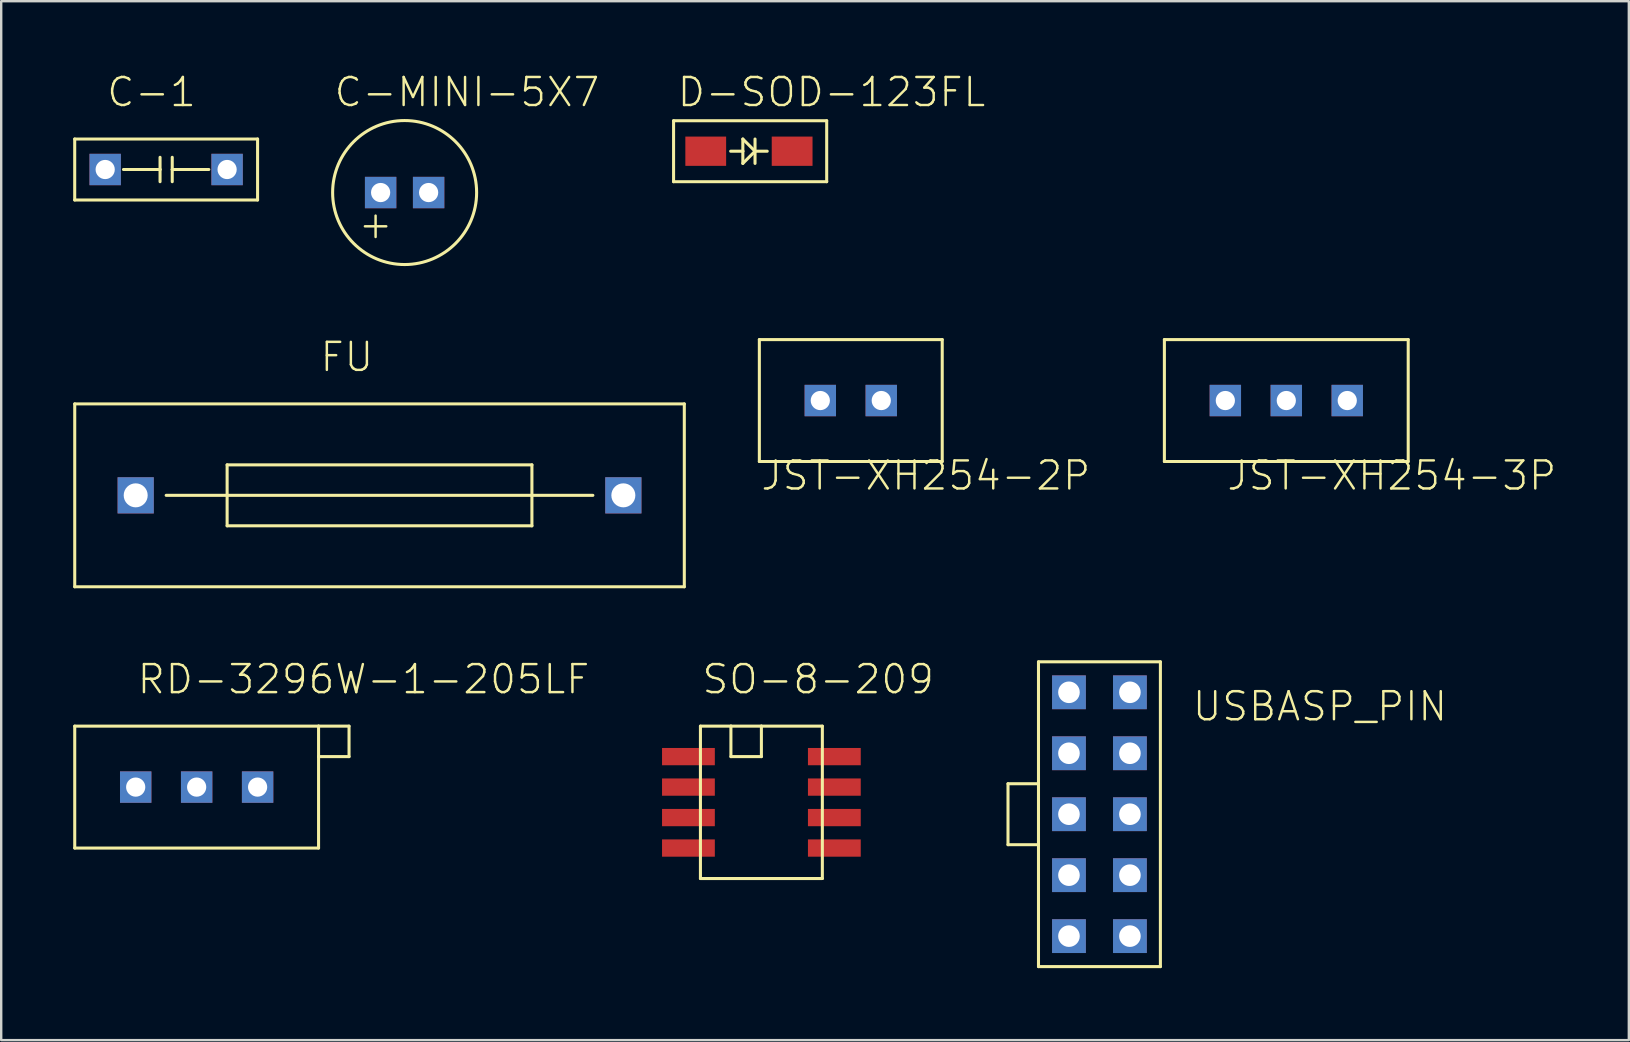
<source format=kicad_pcb>
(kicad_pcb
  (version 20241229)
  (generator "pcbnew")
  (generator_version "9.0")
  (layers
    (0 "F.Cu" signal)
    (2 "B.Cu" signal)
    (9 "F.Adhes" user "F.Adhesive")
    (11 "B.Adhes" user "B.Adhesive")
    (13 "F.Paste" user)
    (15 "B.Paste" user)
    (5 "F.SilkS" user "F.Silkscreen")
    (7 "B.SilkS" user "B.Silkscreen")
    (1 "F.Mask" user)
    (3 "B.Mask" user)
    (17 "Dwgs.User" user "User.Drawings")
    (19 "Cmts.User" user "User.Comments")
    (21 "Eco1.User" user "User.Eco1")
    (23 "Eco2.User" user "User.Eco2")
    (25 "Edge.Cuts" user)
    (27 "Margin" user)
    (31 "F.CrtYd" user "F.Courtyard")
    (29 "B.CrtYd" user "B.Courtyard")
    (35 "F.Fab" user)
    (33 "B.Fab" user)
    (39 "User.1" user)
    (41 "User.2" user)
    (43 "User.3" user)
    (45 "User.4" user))
  (footprint "D-SOD-123FL"
    (layer "F.Cu")
    (at 28.157 3.251)
    (property "Reference" "D-SOD-123FL" (at -3.048 -1.778 0) (layer "F.SilkS") (effects (font (size 1.168 1.168) (thickness 0.102)) (justify left bottom)))
    (fp_line (start -3.14 -1.27) (end 3.24 -1.27) (stroke (width 0.127) (type solid)) (layer "F.SilkS"))
    (fp_line (start -3.14 1.27) (end -3.14 -1.27) (stroke (width 0.127) (type solid)) (layer "F.SilkS"))
    (fp_line (start -0.762 0) (end -0.254 0) (stroke (width 0.127) (type solid)) (layer "F.SilkS"))
    (fp_line (start -0.254 -0.508) (end -0.254 0) (stroke (width 0.127) (type solid)) (layer "F.SilkS"))
    (fp_line (start -0.254 0) (end -0.254 0.508) (stroke (width 0.127) (type solid)) (layer "F.SilkS"))
    (fp_line (start -0.254 0.508) (end 0.254 0) (stroke (width 0.127) (type solid)) (layer "F.SilkS"))
    (fp_line (start 0.254 -0.508) (end 0.254 0) (stroke (width 0.127) (type solid)) (layer "F.SilkS"))
    (fp_line (start 0.254 0) (end -0.254 -0.508) (stroke (width 0.127) (type solid)) (layer "F.SilkS"))
    (fp_line (start 0.254 0) (end 0.254 0.508) (stroke (width 0.127) (type solid)) (layer "F.SilkS"))
    (fp_line (start 0.254 0) (end 0.762 0) (stroke (width 0.127) (type solid)) (layer "F.SilkS"))
    (fp_line (start 3.24 -1.27) (end 3.24 1.27) (stroke (width 0.127) (type solid)) (layer "F.SilkS"))
    (fp_line (start 3.24 1.27) (end -3.14 1.27) (stroke (width 0.127) (type solid)) (layer "F.SilkS"))
    (pad "ANODE" smd rect (at -1.8 0) (size 1.7 1.22) (layers "F.Cu" "F.Mask" "F.Paste"))
    (pad "CATHODE" smd rect (at 1.8 0) (size 1.7 1.22) (layers "F.Cu" "F.Mask" "F.Paste")))
  (footprint "SO-8-209"
    (layer "F.Cu")
    (at 28.676 31.017)
    (property "Reference" "SO-8-209" (at -2.54 -5.08 0) (layer "F.SilkS") (effects (font (size 1.168 1.168) (thickness 0.102)) (justify left bottom)))
    (fp_line (start -2.54 -3.81) (end -2.54 2.54) (stroke (width 0.127) (type solid)) (layer "F.SilkS"))
    (fp_line (start -2.54 2.54) (end 2.54 2.54) (stroke (width 0.127) (type solid)) (layer "F.SilkS"))
    (fp_line (start -1.27 -3.81) (end -2.54 -3.81) (stroke (width 0.127) (type solid)) (layer "F.SilkS"))
    (fp_line (start -1.27 -3.81) (end -1.27 -2.54) (stroke (width 0.127) (type solid)) (layer "F.SilkS"))
    (fp_line (start -1.27 -2.54) (end 0 -2.54) (stroke (width 0.127) (type solid)) (layer "F.SilkS"))
    (fp_line (start 0 -3.81) (end -1.27 -3.81) (stroke (width 0.127) (type solid)) (layer "F.SilkS"))
    (fp_line (start 0 -2.54) (end 0 -3.81) (stroke (width 0.127) (type solid)) (layer "F.SilkS"))
    (fp_line (start 2.54 -3.81) (end 0 -3.81) (stroke (width 0.127) (type solid)) (layer "F.SilkS"))
    (fp_line (start 2.54 2.54) (end 2.54 -3.81) (stroke (width 0.127) (type solid)) (layer "F.SilkS"))
    (pad "P1" smd rect (at -3.04 -2.54) (size 2.2 0.72) (layers "F.Cu" "F.Mask" "F.Paste"))
    (pad "P2" smd rect (at -3.04 -1.27) (size 2.2 0.72) (layers "F.Cu" "F.Mask" "F.Paste"))
    (pad "P3" smd rect (at -3.04 0) (size 2.2 0.72) (layers "F.Cu" "F.Mask" "F.Paste"))
    (pad "P4" smd rect (at -3.04 1.27) (size 2.2 0.72) (layers "F.Cu" "F.Mask" "F.Paste"))
    (pad "P5" smd rect (at 3.04 1.27) (size 2.2 0.72) (layers "F.Cu" "F.Mask" "F.Paste"))
    (pad "P6" smd rect (at 3.04 0) (size 2.2 0.72) (layers "F.Cu" "F.Mask" "F.Paste"))
    (pad "P7" smd rect (at 3.04 -1.27) (size 2.2 0.72) (layers "F.Cu" "F.Mask" "F.Paste"))
    (pad "P8" smd rect (at 3.04 -2.54) (size 2.2 0.72) (layers "F.Cu" "F.Mask" "F.Paste")))
  (footprint "JST-XH254-2P"
    (layer "F.Cu")
    (at 32.401 13.64)
    (property "Reference" "JST-XH254-2P" (at -3.81 3.81 0) (layer "F.SilkS") (effects (font (size 1.168 1.168) (thickness 0.102)) (justify left bottom)))
    (fp_line (start -3.81 -2.54) (end -3.81 2.54) (stroke (width 0.127) (type solid)) (layer "F.SilkS"))
    (fp_line (start -3.81 2.54) (end 3.81 2.54) (stroke (width 0.127) (type solid)) (layer "F.SilkS"))
    (fp_line (start 3.81 -2.54) (end -3.81 -2.54) (stroke (width 0.127) (type solid)) (layer "F.SilkS"))
    (fp_line (start 3.81 2.54) (end 3.81 -2.54) (stroke (width 0.127) (type solid)) (layer "F.SilkS"))
    (pad "PIN1" thru_hole rect (at -1.27 0) (size 1.308 1.308) (drill 0.8) (layers "*.Cu" "*.Mask"))
    (pad "PIN2" thru_hole rect (at 1.27 0) (size 1.308 1.308) (drill 0.8) (layers "*.Cu" "*.Mask")))
  (footprint "USBASP_PIN"
    (layer "F.Cu")
    (at 42.762 30.877)
    (property "Reference" "USBASP_PIN" (at 3.81 -3.81 0) (layer "F.SilkS") (effects (font (size 1.168 1.168) (thickness 0.102)) (justify left bottom)))
    (fp_line (start -3.81 -1.27) (end -3.81 1.27) (stroke (width 0.127) (type solid)) (layer "F.SilkS"))
    (fp_line (start -3.81 1.27) (end -2.54 1.27) (stroke (width 0.127) (type solid)) (layer "F.SilkS"))
    (fp_line (start -2.54 -6.35) (end -2.54 -1.27) (stroke (width 0.127) (type solid)) (layer "F.SilkS"))
    (fp_line (start -2.54 -1.27) (end -3.81 -1.27) (stroke (width 0.127) (type solid)) (layer "F.SilkS"))
    (fp_line (start -2.54 -1.27) (end -2.54 1.27) (stroke (width 0.127) (type solid)) (layer "F.SilkS"))
    (fp_line (start -2.54 1.27) (end -2.54 6.35) (stroke (width 0.127) (type solid)) (layer "F.SilkS"))
    (fp_line (start -2.54 6.35) (end 2.54 6.35) (stroke (width 0.127) (type solid)) (layer "F.SilkS"))
    (fp_line (start 2.54 -6.35) (end -2.54 -6.35) (stroke (width 0.127) (type solid)) (layer "F.SilkS"))
    (fp_line (start 2.54 6.35) (end 2.54 -6.35) (stroke (width 0.127) (type solid)) (layer "F.SilkS"))
    (pad "GND" thru_hole rect (at 1.27 2.54) (size 1.408 1.408) (drill 0.9) (layers "*.Cu" "*.Mask"))
    (pad "GND1" thru_hole rect (at 1.27 5.08) (size 1.408 1.408) (drill 0.9) (layers "*.Cu" "*.Mask"))
    (pad "MISO" thru_hole rect (at -1.27 5.08) (size 1.408 1.408) (drill 0.9) (layers "*.Cu" "*.Mask"))
    (pad "MOSI" thru_hole rect (at -1.27 -5.08) (size 1.408 1.408) (drill 0.9) (layers "*.Cu" "*.Mask"))
    (pad "NC1" thru_hole rect (at -1.27 -2.54) (size 1.408 1.408) (drill 0.9) (layers "*.Cu" "*.Mask"))
    (pad "RST" thru_hole rect (at -1.27 0) (size 1.408 1.408) (drill 0.9) (layers "*.Cu" "*.Mask"))
    (pad "RXD" thru_hole rect (at 1.27 0) (size 1.408 1.408) (drill 0.9) (layers "*.Cu" "*.Mask"))
    (pad "SCK" thru_hole rect (at -1.27 2.54) (size 1.408 1.408) (drill 0.9) (layers "*.Cu" "*.Mask"))
    (pad "TXD" thru_hole rect (at 1.27 -2.54) (size 1.408 1.408) (drill 0.9) (layers "*.Cu" "*.Mask"))
    (pad "VCC" thru_hole rect (at 1.27 -5.08) (size 1.408 1.408) (drill 0.9) (layers "*.Cu" "*.Mask")))
  (footprint "FU"
    (layer "F.Cu")
    (at 12.764 17.59)
    (property "Reference" "FU" (at -2.54 -5.08 0) (layer "F.SilkS") (effects (font (size 1.168 1.168) (thickness 0.102)) (justify left bottom)))
    (fp_line (start -12.7 -3.81) (end -12.7 3.81) (stroke (width 0.127) (type solid)) (layer "F.SilkS"))
    (fp_line (start -12.7 3.81) (end 12.7 3.81) (stroke (width 0.127) (type solid)) (layer "F.SilkS"))
    (fp_line (start -8.89 0) (end 8.89 0) (stroke (width 0.127) (type solid)) (layer "F.SilkS"))
    (fp_line (start -6.35 -1.27) (end -6.35 1.27) (stroke (width 0.127) (type solid)) (layer "F.SilkS"))
    (fp_line (start -6.35 1.27) (end 6.35 1.27) (stroke (width 0.127) (type solid)) (layer "F.SilkS"))
    (fp_line (start 6.35 -1.27) (end -6.35 -1.27) (stroke (width 0.127) (type solid)) (layer "F.SilkS"))
    (fp_line (start 6.35 1.27) (end 6.35 -1.27) (stroke (width 0.127) (type solid)) (layer "F.SilkS"))
    (fp_line (start 12.7 -3.81) (end -12.7 -3.81) (stroke (width 0.127) (type solid)) (layer "F.SilkS"))
    (fp_line (start 12.7 3.81) (end 12.7 -3.81) (stroke (width 0.127) (type solid)) (layer "F.SilkS"))
    (pad "P$1" thru_hole rect (at -10.16 0) (size 1.508 1.508) (drill 1) (layers "*.Cu" "*.Mask"))
    (pad "P$2" thru_hole rect (at 10.16 0) (size 1.508 1.508) (drill 1) (layers "*.Cu" "*.Mask")))
  (footprint "C-1"
    (layer "F.Cu")
    (at 3.873 4.013)
    (property "Reference" "C-1" (at -2.54 -2.54 0) (layer "F.SilkS") (effects (font (size 1.168 1.168) (thickness 0.102)) (justify left bottom)))
    (fp_line (start -3.81 -1.27) (end -3.81 1.27) (stroke (width 0.127) (type solid)) (layer "F.SilkS"))
    (fp_line (start -3.81 1.27) (end 3.81 1.27) (stroke (width 0.127) (type solid)) (layer "F.SilkS"))
    (fp_line (start -1.778 0) (end -0.254 0) (stroke (width 0.127) (type solid)) (layer "F.SilkS"))
    (fp_line (start -0.254 0) (end -0.254 -0.508) (stroke (width 0.127) (type solid)) (layer "F.SilkS"))
    (fp_line (start -0.254 0) (end -0.254 0.508) (stroke (width 0.127) (type solid)) (layer "F.SilkS"))
    (fp_line (start 0.254 -0.508) (end 0.254 0) (stroke (width 0.127) (type solid)) (layer "F.SilkS"))
    (fp_line (start 0.254 0) (end 0.254 0.508) (stroke (width 0.127) (type solid)) (layer "F.SilkS"))
    (fp_line (start 0.254 0) (end 1.778 0) (stroke (width 0.127) (type solid)) (layer "F.SilkS"))
    (fp_line (start 3.81 -1.27) (end -3.81 -1.27) (stroke (width 0.127) (type solid)) (layer "F.SilkS"))
    (fp_line (start 3.81 1.27) (end 3.81 -1.27) (stroke (width 0.127) (type solid)) (layer "F.SilkS"))
    (pad "P$1" thru_hole rect (at -2.54 0) (size 1.308 1.308) (drill 0.8) (layers "*.Cu" "*.Mask"))
    (pad "P$2" thru_hole rect (at 2.54 0) (size 1.308 1.308) (drill 0.8) (layers "*.Cu" "*.Mask")))
  (footprint "JST-XH254-3P"
    (layer "F.Cu")
    (at 50.548 13.64)
    (property "Reference" "JST-XH254-3P" (at -2.54 3.81 0) (layer "F.SilkS") (effects (font (size 1.168 1.168) (thickness 0.102)) (justify left bottom)))
    (fp_line (start -5.08 -2.54) (end -5.08 2.54) (stroke (width 0.127) (type solid)) (layer "F.SilkS"))
    (fp_line (start -5.08 2.54) (end 5.08 2.54) (stroke (width 0.127) (type solid)) (layer "F.SilkS"))
    (fp_line (start 5.08 -2.54) (end -5.08 -2.54) (stroke (width 0.127) (type solid)) (layer "F.SilkS"))
    (fp_line (start 5.08 2.54) (end 5.08 -2.54) (stroke (width 0.127) (type solid)) (layer "F.SilkS"))
    (pad "PIN1" thru_hole rect (at -2.54 0) (size 1.308 1.308) (drill 0.8) (layers "*.Cu" "*.Mask"))
    (pad "PIN2" thru_hole rect (at 0 0) (size 1.308 1.308) (drill 0.8) (layers "*.Cu" "*.Mask"))
    (pad "PIN3" thru_hole rect (at 2.54 0) (size 1.308 1.308) (drill 0.8) (layers "*.Cu" "*.Mask")))
  (footprint "C-MINI-5X7"
    (layer "F.Cu")
    (at 13.81 4.973)
    (property "Reference" "C-MINI-5X7" (at -3 -3.5 0) (layer "F.SilkS") (effects (font (size 1.168 1.168) (thickness 0.102)) (justify left bottom)))
    (fp_circle (center 0 0) (end 3 0) (stroke (width 0.127) (type solid)) (fill no) (layer "F.SilkS"))
    (fp_text user "+" (at -2 2 0) (layer "F.SilkS") (effects (font (size 1.168 1.168) (thickness 0.102)) (justify left bottom)))
    (pad "MINUS" thru_hole rect (at 1 0) (size 1.308 1.308) (drill 0.8) (layers "*.Cu" "*.Mask"))
    (pad "PLUS" thru_hole rect (at -1 0) (size 1.308 1.308) (drill 0.8) (layers "*.Cu" "*.Mask")))
  (footprint "RD-3296W-1-205LF"
    (layer "F.Cu")
    (at 5.144 29.747)
    (property "Reference" "RD-3296W-1-205LF" (at -2.54 -3.81 0) (layer "F.SilkS") (effects (font (size 1.168 1.168) (thickness 0.102)) (justify left bottom)))
    (fp_line (start -5.08 -2.54) (end -5.08 2.54) (stroke (width 0.127) (type solid)) (layer "F.SilkS"))
    (fp_line (start -5.08 2.54) (end 5.08 2.54) (stroke (width 0.127) (type solid)) (layer "F.SilkS"))
    (fp_line (start 5.08 -2.54) (end -5.08 -2.54) (stroke (width 0.127) (type solid)) (layer "F.SilkS"))
    (fp_line (start 5.08 -2.54) (end 6.35 -2.54) (stroke (width 0.127) (type solid)) (layer "F.SilkS"))
    (fp_line (start 5.08 -1.27) (end 5.08 -2.54) (stroke (width 0.127) (type solid)) (layer "F.SilkS"))
    (fp_line (start 5.08 2.54) (end 5.08 -1.27) (stroke (width 0.127) (type solid)) (layer "F.SilkS"))
    (fp_line (start 6.35 -2.54) (end 6.35 -1.27) (stroke (width 0.127) (type solid)) (layer "F.SilkS"))
    (fp_line (start 6.35 -1.27) (end 5.08 -1.27) (stroke (width 0.127) (type solid)) (layer "F.SilkS"))
    (pad "P1" thru_hole rect (at -2.54 0) (size 1.308 1.308) (drill 0.8) (layers "*.Cu" "*.Mask"))
    (pad "P2" thru_hole rect (at 2.54 0) (size 1.308 1.308) (drill 0.8) (layers "*.Cu" "*.Mask"))
    (pad "P3" thru_hole rect (at 0 0) (size 1.308 1.308) (drill 0.8) (layers "*.Cu" "*.Mask")))
  (gr_rect
    (start -3 -3)
    (end 64.821 40.29)
    (stroke (width 0.1) (type default))
    (fill no)
    (layer "Edge.Cuts")))
</source>
